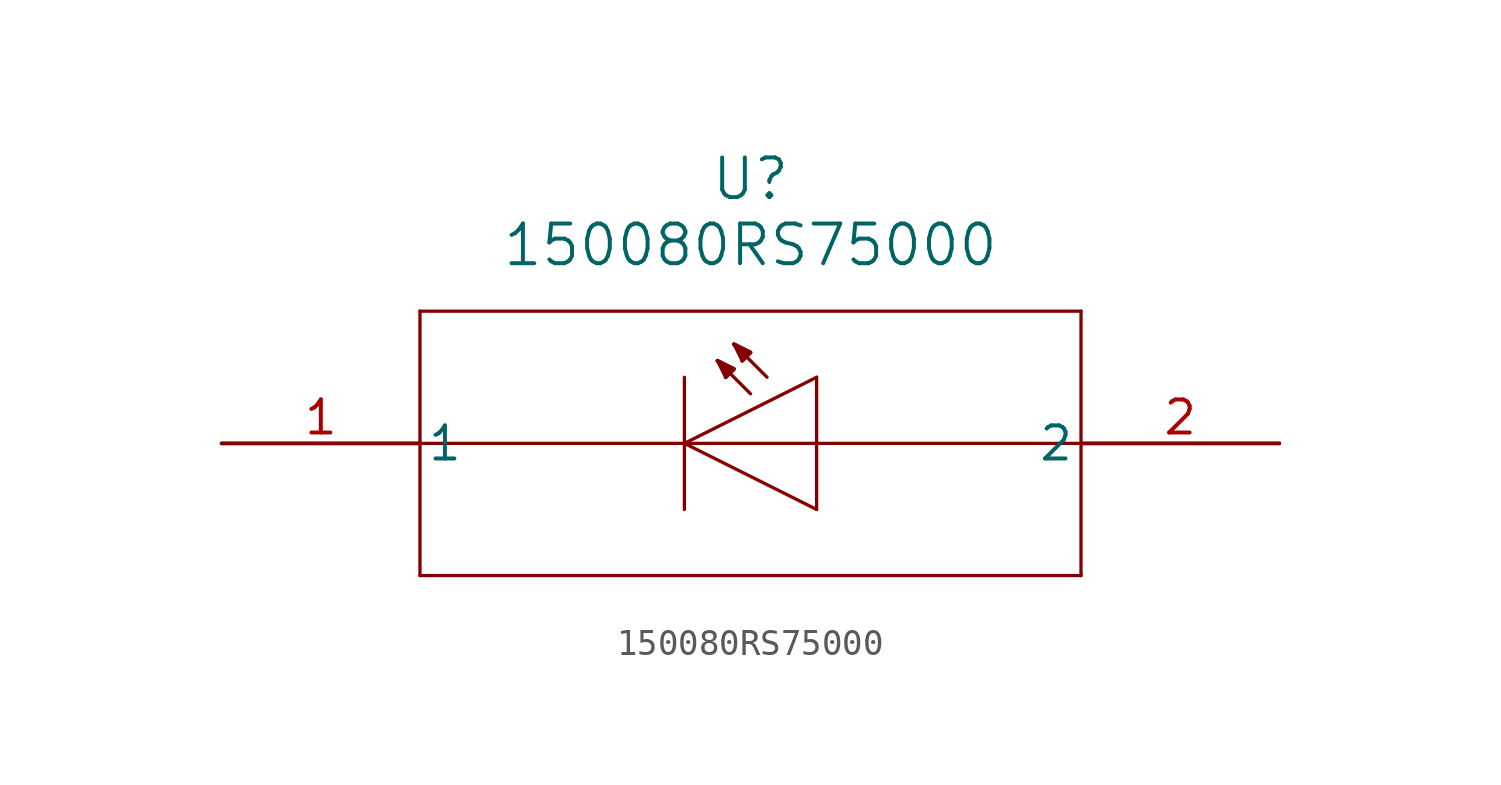
<source format=kicad_sym>
(kicad_symbol_lib
  (version 20211014)
  (generator kicad_symbol_editor)
  (symbol "150080RS75000"
    (pin_names
      (offset 0.254))
    (property "Reference" "U"
      (at 20.32 10.16 0)
      (effects (font (size 1.524 1.524))))
    (property "Value" "150080RS75000"
      (at 20.32 7.62 0)
      (effects (font (size 1.524 1.524))))
    (symbol "150080RS75000_0_1"
      (polyline (pts (xy 7.62 5.08) (xy 7.62 -5.08)) (stroke (width 0.127) (type default) (color 0 0 0 0)) (fill (type none)))
      (polyline (pts (xy 7.62 -5.08) (xy 33.02 -5.08)) (stroke (width 0.127) (type default) (color 0 0 0 0)) (fill (type none)))
      (polyline (pts (xy 33.02 -5.08) (xy 33.02 5.08)) (stroke (width 0.127) (type default) (color 0 0 0 0)) (fill (type none)))
      (polyline (pts (xy 33.02 5.08) (xy 7.62 5.08)) (stroke (width 0.127) (type default) (color 0 0 0 0)) (fill (type none)))
      (polyline (pts (xy 7.62 0) (xy 33.02 0)) (stroke (width 0.127) (type default) (color 0 0 0 0)) (fill (type none)))
      (polyline (pts (xy 17.78 0) (xy 22.86 2.54)) (stroke (width 0.127) (type default) (color 0 0 0 0)) (fill (type none)))
      (polyline (pts (xy 22.86 2.54) (xy 22.86 -2.54)) (stroke (width 0.127) (type default) (color 0 0 0 0)) (fill (type none)))
      (polyline (pts (xy 22.86 -2.54) (xy 17.78 0)) (stroke (width 0.127) (type default) (color 0 0 0 0)) (fill (type none)))
      (polyline (pts (xy 17.78 2.54) (xy 17.78 -2.54)) (stroke (width 0.127) (type default) (color 0 0 0 0)) (fill (type none)))
      (polyline (pts (xy 20.32 1.905) (xy 19.05 3.175)) (stroke (width 0.127) (type default) (color 0 0 0 0)) (fill (type none)))
      (polyline (pts (xy 20.955 2.54) (xy 19.685 3.81)) (stroke (width 0.127) (type default) (color 0 0 0 0)) (fill (type none)))
      (polyline (pts (xy 19.05 3.175) (xy 19.367 2.54)) (stroke (width 0.127) (type default) (color 0 0 0 0)) (fill (type none)))
      (polyline (pts (xy 19.367 2.54) (xy 19.685 2.857)) (stroke (width 0.127) (type default) (color 0 0 0 0)) (fill (type none)))
      (polyline (pts (xy 19.685 2.857) (xy 19.05 3.175)) (stroke (width 0.127) (type default) (color 0 0 0 0)) (fill (type none)))
      (polyline (pts (xy 19.685 3.81) (xy 20.003 3.175)) (stroke (width 0.127) (type default) (color 0 0 0 0)) (fill (type none)))
      (polyline (pts (xy 20.003 3.175) (xy 20.32 3.493)) (stroke (width 0.127) (type default) (color 0 0 0 0)) (fill (type none)))
      (polyline (pts (xy 20.32 3.493) (xy 19.685 3.81)) (stroke (width 0.127) (type default) (color 0 0 0 0)) (fill (type none)))
      (polyline (pts (xy 20.003 3.175) (xy 20.32 3.493) (xy 19.685 3.81)) (stroke (width 0) (type default) (color 0 0 0 0)) (fill (type outline)))
      (polyline (pts (xy 19.367 2.54) (xy 19.685 2.857) (xy 19.05 3.175)) (stroke (width 0) (type default) (color 0 0 0 0)) (fill (type outline)))
      (pin unspecified line (at 0 0 0) (length 7.62) (name "1" (effects (font (size 1.27 1.27)))) (number "1" (effects (font (size 1.27 1.27)))))
      (pin unspecified line (at 40.64 0 180) (length 7.62) (name "2" (effects (font (size 1.27 1.27)))) (number "2" (effects (font (size 1.27 1.27))))))))
</source>
